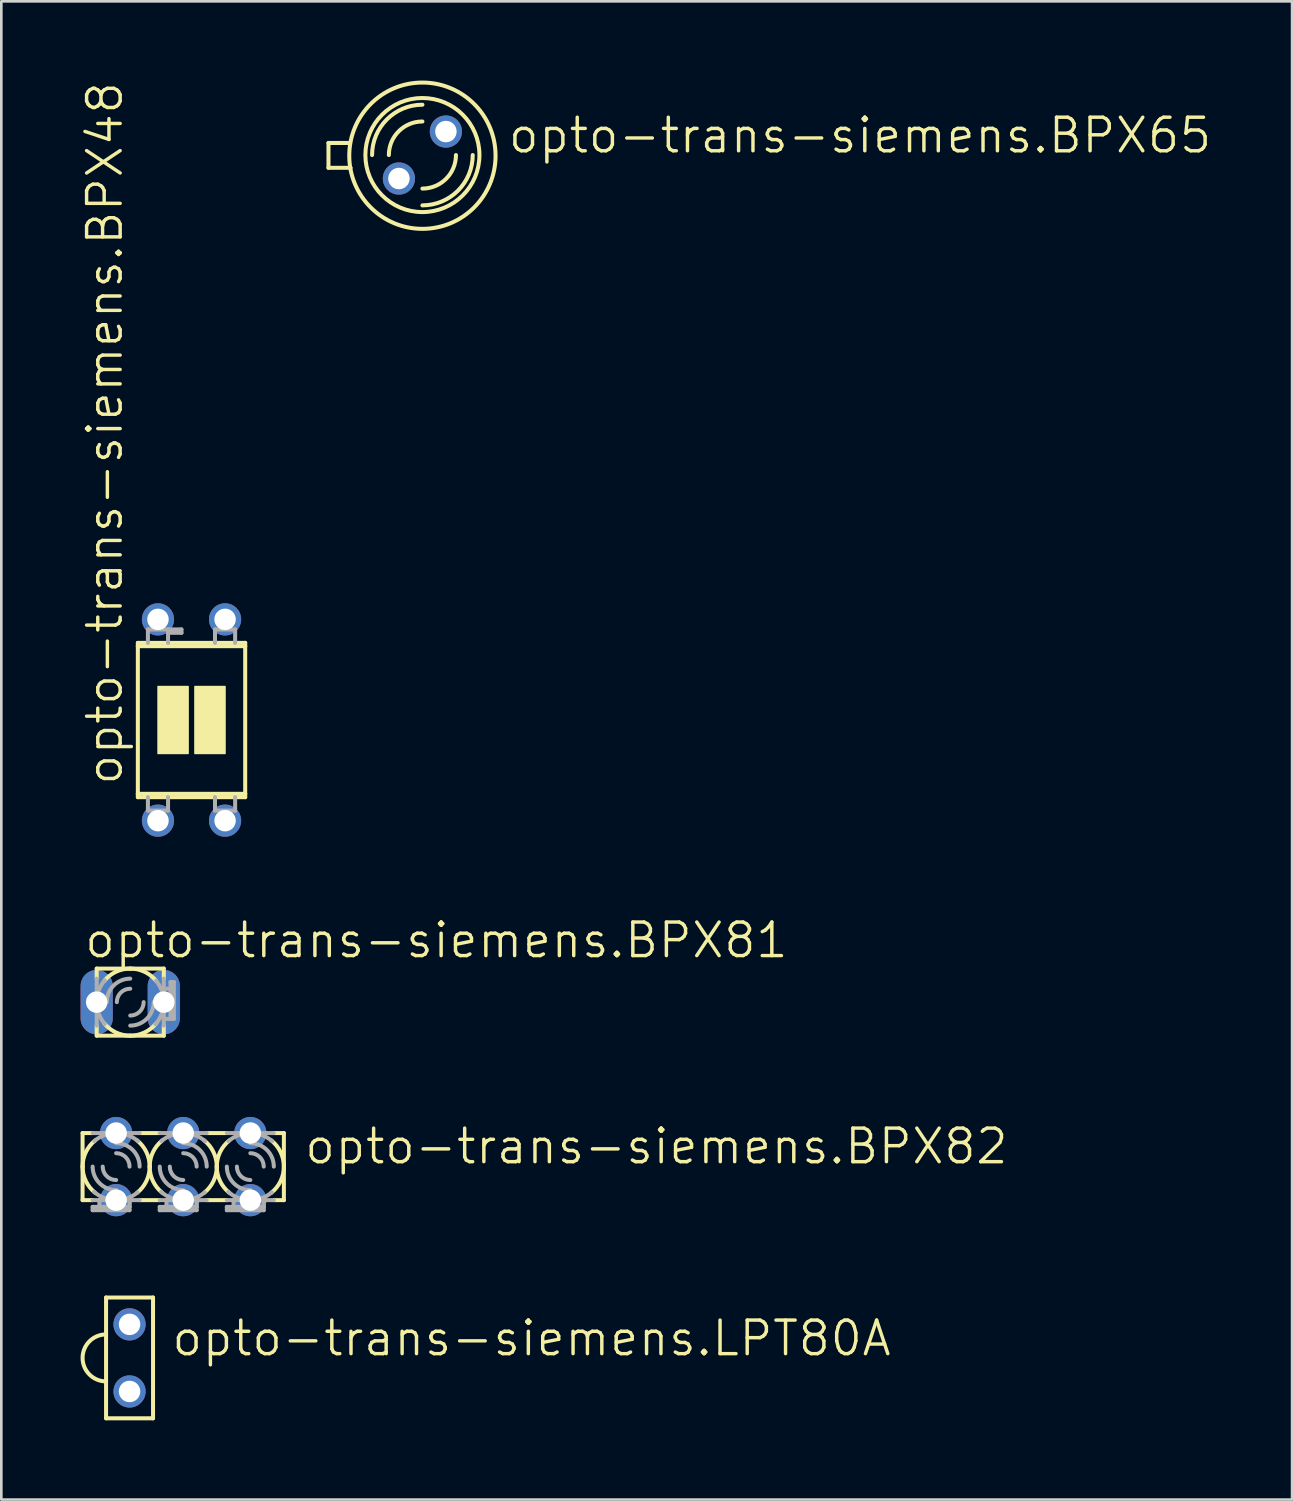
<source format=kicad_pcb>
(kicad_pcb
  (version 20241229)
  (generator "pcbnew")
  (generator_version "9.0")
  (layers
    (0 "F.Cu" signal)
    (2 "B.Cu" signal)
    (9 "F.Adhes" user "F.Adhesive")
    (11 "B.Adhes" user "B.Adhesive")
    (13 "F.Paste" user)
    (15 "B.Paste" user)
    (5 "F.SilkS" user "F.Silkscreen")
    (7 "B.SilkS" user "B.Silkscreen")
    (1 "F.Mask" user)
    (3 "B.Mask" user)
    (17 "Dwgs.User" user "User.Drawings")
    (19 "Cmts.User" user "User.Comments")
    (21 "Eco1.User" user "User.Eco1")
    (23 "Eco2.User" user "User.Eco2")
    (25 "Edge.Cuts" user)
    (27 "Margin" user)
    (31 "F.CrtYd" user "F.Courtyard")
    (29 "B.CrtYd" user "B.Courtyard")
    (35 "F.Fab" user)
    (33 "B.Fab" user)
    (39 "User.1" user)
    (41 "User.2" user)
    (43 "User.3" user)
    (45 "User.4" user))
  (footprint "opto-trans-siemens.BPX65"
    (layer "F.Cu")
    (at 12.94 2.819)
    (property "Reference" "opto-trans-siemens.BPX65" (at 3.175 0 0) (layer "F.SilkS") (effects (font (size 1.27 1.27) (thickness 0.13)) (justify left bottom)))
    (attr through_hole)
    (fp_line (start -3.556 -0.457) (end -3.556 0.483) (stroke (width 0.152) (type default)) (layer "F.SilkS"))
    (fp_line (start -3.556 0.483) (end -2.718 0.483) (stroke (width 0.152) (type default)) (layer "F.SilkS"))
    (fp_line (start -2.743 -0.457) (end -3.556 -0.457) (stroke (width 0.152) (type default)) (layer "F.SilkS"))
    (fp_arc (start -1.905 0) (mid -1.347038 -1.347038) (end 0 -1.905) (stroke (width 0.1524) (type default)) (layer "F.SilkS"))
    (fp_arc (start -1.27 0) (mid -0.898026 -0.898026) (end 0 -1.27) (stroke (width 0.1524) (type default)) (layer "F.SilkS"))
    (fp_arc (start 1.27 0) (mid 0.898026 0.898026) (end 0 1.27) (stroke (width 0.1524) (type default)) (layer "F.SilkS"))
    (fp_arc (start 1.905 0) (mid 1.347038 1.347038) (end 0 1.905) (stroke (width 0.1524) (type default)) (layer "F.SilkS"))
    (fp_circle (center 0 0) (end 2.159 0) (stroke (width 0.152) (type default)) (fill no) (layer "F.SilkS"))
    (fp_circle (center 0 0.025) (end 2.769 0.025) (stroke (width 0.152) (type default)) (fill no) (layer "F.SilkS"))
    (pad "A" thru_hole circle (at -0.889 0.889) (size 1.219 1.219) (drill 0.813) (layers "*.Cu" "*.Mask"))
    (pad "K" thru_hole circle (at 0.889 -0.889) (size 1.219 1.219) (drill 0.813) (layers "*.Cu" "*.Mask")))
  (footprint "opto-trans-siemens.BPX82"
    (layer "F.Cu")
    (at 1.346 41.111)
    (property "Reference" "opto-trans-siemens.BPX82" (at 7.061 -0.025 0) (layer "F.SilkS") (effects (font (size 1.27 1.27) (thickness 0.13)) (justify left bottom)))
    (attr through_hole)
    (fp_line (start -1.27 -1.27) (end -1.27 1.27) (stroke (width 0.152) (type default)) (layer "F.SilkS"))
    (fp_line (start -1.27 -1.27) (end -0.889 -1.27) (stroke (width 0.152) (type default)) (layer "F.SilkS"))
    (fp_line (start -1.27 1.27) (end -0.889 1.27) (stroke (width 0.152) (type default)) (layer "F.SilkS"))
    (fp_line (start 0.889 -1.27) (end 1.651 -1.27) (stroke (width 0.152) (type default)) (layer "F.SilkS"))
    (fp_line (start 0.889 1.27) (end 1.651 1.27) (stroke (width 0.152) (type default)) (layer "F.SilkS"))
    (fp_line (start 3.429 -1.27) (end 4.191 -1.27) (stroke (width 0.152) (type default)) (layer "F.SilkS"))
    (fp_line (start 3.429 1.27) (end 4.191 1.27) (stroke (width 0.152) (type default)) (layer "F.SilkS"))
    (fp_line (start 6.35 -1.27) (end 5.969 -1.27) (stroke (width 0.152) (type default)) (layer "F.SilkS"))
    (fp_line (start 6.35 1.27) (end 5.969 1.27) (stroke (width 0.152) (type default)) (layer "F.SilkS"))
    (fp_line (start 6.35 1.27) (end 6.35 -1.27) (stroke (width 0.152) (type default)) (layer "F.SilkS"))
    (fp_arc (start -1.27 0) (mid -1.144671 -0.550143) (end -0.7934 -0.9917) (stroke (width 0.1524) (type default)) (layer "F.SilkS"))
    (fp_arc (start -0.7934 0.9917) (mid -1.144671 0.550143) (end -1.27 0) (stroke (width 0.1524) (type default)) (layer "F.SilkS"))
    (fp_arc (start 0.7934 -0.9917) (mid 1.144671 -0.550143) (end 1.27 0) (stroke (width 0.1524) (type default)) (layer "F.SilkS"))
    (fp_arc (start 1.27 0) (mid 1.144671 0.550143) (end 0.7934 0.9917) (stroke (width 0.1524) (type default)) (layer "F.SilkS"))
    (fp_arc (start 1.27 0) (mid 1.395329 -0.550143) (end 1.7466 -0.9917) (stroke (width 0.1524) (type default)) (layer "F.SilkS"))
    (fp_arc (start 1.7466 0.9917) (mid 1.395329 0.550143) (end 1.27 0) (stroke (width 0.1524) (type default)) (layer "F.SilkS"))
    (fp_arc (start 3.3334 -0.9917) (mid 3.684671 -0.550143) (end 3.81 0) (stroke (width 0.1524) (type default)) (layer "F.SilkS"))
    (fp_arc (start 3.81 0) (mid 3.684671 0.550143) (end 3.3334 0.9917) (stroke (width 0.1524) (type default)) (layer "F.SilkS"))
    (fp_arc (start 3.81 0) (mid 3.935329 -0.550143) (end 4.2866 -0.9917) (stroke (width 0.1524) (type default)) (layer "F.SilkS"))
    (fp_arc (start 4.2866 0.9917) (mid 3.935329 0.550143) (end 3.81 0) (stroke (width 0.1524) (type default)) (layer "F.SilkS"))
    (fp_arc (start 5.8734 -0.9917) (mid 6.224671 -0.550143) (end 6.35 0) (stroke (width 0.1524) (type default)) (layer "F.SilkS"))
    (fp_arc (start 6.35 0) (mid 6.224671 0.550143) (end 5.8734 0.9917) (stroke (width 0.1524) (type default)) (layer "F.SilkS"))
    (fp_line (start -0.889 -1.27) (end 0.889 -1.27) (stroke (width 0.152) (type default)) (layer "F.Fab"))
    (fp_line (start -0.889 1.524) (end -0.889 1.651) (stroke (width 0.152) (type default)) (layer "F.Fab"))
    (fp_line (start -0.889 1.651) (end 0.508 1.651) (stroke (width 0.152) (type default)) (layer "F.Fab"))
    (fp_line (start -0.635 1.27) (end -0.889 1.27) (stroke (width 0.152) (type default)) (layer "F.Fab"))
    (fp_line (start -0.635 1.27) (end -0.635 1.524) (stroke (width 0.152) (type default)) (layer "F.Fab"))
    (fp_line (start -0.635 1.524) (end -0.889 1.524) (stroke (width 0.152) (type default)) (layer "F.Fab"))
    (fp_line (start 0.508 1.27) (end -0.635 1.27) (stroke (width 0.152) (type default)) (layer "F.Fab"))
    (fp_line (start 0.508 1.524) (end -0.635 1.524) (stroke (width 0.152) (type default)) (layer "F.Fab"))
    (fp_line (start 0.508 1.524) (end 0.508 1.27) (stroke (width 0.152) (type default)) (layer "F.Fab"))
    (fp_line (start 0.508 1.651) (end 0.508 1.524) (stroke (width 0.152) (type default)) (layer "F.Fab"))
    (fp_line (start 0.889 1.27) (end 0.508 1.27) (stroke (width 0.152) (type default)) (layer "F.Fab"))
    (fp_line (start 1.651 -1.27) (end 3.429 -1.27) (stroke (width 0.152) (type default)) (layer "F.Fab"))
    (fp_line (start 1.651 1.524) (end 1.651 1.651) (stroke (width 0.152) (type default)) (layer "F.Fab"))
    (fp_line (start 1.651 1.651) (end 3.048 1.651) (stroke (width 0.152) (type default)) (layer "F.Fab"))
    (fp_line (start 1.905 1.27) (end 1.651 1.27) (stroke (width 0.152) (type default)) (layer "F.Fab"))
    (fp_line (start 1.905 1.27) (end 1.905 1.524) (stroke (width 0.152) (type default)) (layer "F.Fab"))
    (fp_line (start 1.905 1.524) (end 1.651 1.524) (stroke (width 0.152) (type default)) (layer "F.Fab"))
    (fp_line (start 3.048 1.27) (end 1.905 1.27) (stroke (width 0.152) (type default)) (layer "F.Fab"))
    (fp_line (start 3.048 1.524) (end 1.905 1.524) (stroke (width 0.152) (type default)) (layer "F.Fab"))
    (fp_line (start 3.048 1.524) (end 3.048 1.27) (stroke (width 0.152) (type default)) (layer "F.Fab"))
    (fp_line (start 3.048 1.651) (end 3.048 1.524) (stroke (width 0.152) (type default)) (layer "F.Fab"))
    (fp_line (start 3.429 1.27) (end 3.048 1.27) (stroke (width 0.152) (type default)) (layer "F.Fab"))
    (fp_line (start 4.191 -1.27) (end 5.969 -1.27) (stroke (width 0.152) (type default)) (layer "F.Fab"))
    (fp_line (start 4.191 1.524) (end 4.191 1.651) (stroke (width 0.152) (type default)) (layer "F.Fab"))
    (fp_line (start 4.191 1.651) (end 5.588 1.651) (stroke (width 0.152) (type default)) (layer "F.Fab"))
    (fp_line (start 4.445 1.27) (end 4.191 1.27) (stroke (width 0.152) (type default)) (layer "F.Fab"))
    (fp_line (start 4.445 1.27) (end 4.445 1.524) (stroke (width 0.152) (type default)) (layer "F.Fab"))
    (fp_line (start 4.445 1.524) (end 4.191 1.524) (stroke (width 0.152) (type default)) (layer "F.Fab"))
    (fp_line (start 5.588 1.27) (end 4.445 1.27) (stroke (width 0.152) (type default)) (layer "F.Fab"))
    (fp_line (start 5.588 1.524) (end 4.445 1.524) (stroke (width 0.152) (type default)) (layer "F.Fab"))
    (fp_line (start 5.588 1.524) (end 5.588 1.27) (stroke (width 0.152) (type default)) (layer "F.Fab"))
    (fp_line (start 5.588 1.651) (end 5.588 1.524) (stroke (width 0.152) (type default)) (layer "F.Fab"))
    (fp_line (start 5.969 1.27) (end 5.588 1.27) (stroke (width 0.152) (type default)) (layer "F.Fab"))
    (fp_arc (start -0.8265 -0.9643) (mid -0.440615 -1.191134) (end 0 -1.27) (stroke (width 0.1524) (type default)) (layer "F.Fab"))
    (fp_arc (start 0 -1.27) (mid 0.440615 -1.191134) (end 0.8265 -0.9643) (stroke (width 0.1524) (type default)) (layer "F.Fab"))
    (fp_arc (start 0 -0.889) (mid 0.628618 -0.628618) (end 0.889 0) (stroke (width 0.1524) (type default)) (layer "F.Fab"))
    (fp_arc (start 0 -0.508) (mid 0.35921 -0.35921) (end 0.508 0) (stroke (width 0.1524) (type default)) (layer "F.Fab"))
    (fp_arc (start 0 0.508) (mid -0.35921 0.35921) (end -0.508 0) (stroke (width 0.1524) (type default)) (layer "F.Fab"))
    (fp_arc (start 0 0.889) (mid -0.628618 0.628618) (end -0.889 0) (stroke (width 0.1524) (type default)) (layer "F.Fab"))
    (fp_arc (start 0 1.27) (mid -0.44669 1.188863) (end -0.8363 0.9558) (stroke (width 0.1524) (type default)) (layer "F.Fab"))
    (fp_arc (start 0.813 0.9756) (mid 0.432326 1.19412) (end 0 1.27) (stroke (width 0.1524) (type default)) (layer "F.Fab"))
    (fp_arc (start 1.7135 -0.9643) (mid 2.099385 -1.191134) (end 2.54 -1.27) (stroke (width 0.1524) (type default)) (layer "F.Fab"))
    (fp_arc (start 2.54 -1.27) (mid 2.980615 -1.191134) (end 3.3665 -0.9643) (stroke (width 0.1524) (type default)) (layer "F.Fab"))
    (fp_arc (start 2.54 -0.889) (mid 3.168618 -0.628618) (end 3.429 0) (stroke (width 0.1524) (type default)) (layer "F.Fab"))
    (fp_arc (start 2.54 -0.508) (mid 2.89921 -0.35921) (end 3.048 0) (stroke (width 0.1524) (type default)) (layer "F.Fab"))
    (fp_arc (start 2.54 0.508) (mid 2.18079 0.35921) (end 2.032 0) (stroke (width 0.1524) (type default)) (layer "F.Fab"))
    (fp_arc (start 2.54 0.889) (mid 1.911382 0.628618) (end 1.651 0) (stroke (width 0.1524) (type default)) (layer "F.Fab"))
    (fp_arc (start 2.54 1.27) (mid 2.09331 1.188863) (end 1.7037 0.9558) (stroke (width 0.1524) (type default)) (layer "F.Fab"))
    (fp_arc (start 3.353 0.9756) (mid 2.972326 1.19412) (end 2.54 1.27) (stroke (width 0.1524) (type default)) (layer "F.Fab"))
    (fp_arc (start 4.2535 -0.9643) (mid 4.639385 -1.191134) (end 5.08 -1.27) (stroke (width 0.1524) (type default)) (layer "F.Fab"))
    (fp_arc (start 5.08 -1.27) (mid 5.520615 -1.191134) (end 5.9065 -0.9643) (stroke (width 0.1524) (type default)) (layer "F.Fab"))
    (fp_arc (start 5.08 -0.889) (mid 5.708618 -0.628618) (end 5.969 0) (stroke (width 0.1524) (type default)) (layer "F.Fab"))
    (fp_arc (start 5.08 -0.508) (mid 5.43921 -0.35921) (end 5.588 0) (stroke (width 0.1524) (type default)) (layer "F.Fab"))
    (fp_arc (start 5.08 0.508) (mid 4.72079 0.35921) (end 4.572 0) (stroke (width 0.1524) (type default)) (layer "F.Fab"))
    (fp_arc (start 5.08 0.889) (mid 4.451382 0.628618) (end 4.191 0) (stroke (width 0.1524) (type default)) (layer "F.Fab"))
    (fp_arc (start 5.08 1.27) (mid 4.63331 1.188863) (end 4.2437 0.9558) (stroke (width 0.1524) (type default)) (layer "F.Fab"))
    (fp_arc (start 5.893 0.9756) (mid 5.512326 1.19412) (end 5.08 1.27) (stroke (width 0.1524) (type default)) (layer "F.Fab"))
    (pad "C1" thru_hole circle (at 0 1.27) (size 1.219 1.219) (drill 0.813) (layers "*.Cu" "*.Mask"))
    (pad "C2" thru_hole circle (at 2.54 1.27) (size 1.219 1.219) (drill 0.813) (layers "*.Cu" "*.Mask"))
    (pad "C3" thru_hole circle (at 5.08 1.27) (size 1.219 1.219) (drill 0.813) (layers "*.Cu" "*.Mask"))
    (pad "E1" thru_hole circle (at 0 -1.27) (size 1.219 1.219) (drill 0.813) (layers "*.Cu" "*.Mask"))
    (pad "E2" thru_hole circle (at 2.54 -1.27) (size 1.219 1.219) (drill 0.813) (layers "*.Cu" "*.Mask"))
    (pad "E3" thru_hole circle (at 5.08 -1.27) (size 1.219 1.219) (drill 0.813) (layers "*.Cu" "*.Mask")))
  (footprint "opto-trans-siemens.BPX48"
    (layer "F.Cu")
    (at 4.2 24.206)
    (property "Reference" "opto-trans-siemens.BPX48" (at -2.54 2.54 90) (layer "F.SilkS") (effects (font (size 1.27 1.27) (thickness 0.13)) (justify left bottom)))
    (attr through_hole)
    (fp_line (start -2.032 -2.794) (end -2.032 -2.921) (stroke (width 0.152) (type default)) (layer "F.SilkS"))
    (fp_line (start -2.032 -2.794) (end 2.032 -2.794) (stroke (width 0.152) (type default)) (layer "F.SilkS"))
    (fp_line (start -2.032 2.794) (end -2.032 -2.794) (stroke (width 0.152) (type default)) (layer "F.SilkS"))
    (fp_line (start -2.032 2.794) (end 2.032 2.794) (stroke (width 0.152) (type default)) (layer "F.SilkS"))
    (fp_line (start -2.032 2.921) (end -2.032 2.794) (stroke (width 0.152) (type default)) (layer "F.SilkS"))
    (fp_line (start -2.032 2.921) (end 2.032 2.921) (stroke (width 0.152) (type default)) (layer "F.SilkS"))
    (fp_line (start 2.032 -2.921) (end -2.032 -2.921) (stroke (width 0.152) (type default)) (layer "F.SilkS"))
    (fp_line (start 2.032 -2.921) (end 2.032 -2.794) (stroke (width 0.152) (type default)) (layer "F.SilkS"))
    (fp_line (start 2.032 -2.794) (end 2.032 2.794) (stroke (width 0.152) (type default)) (layer "F.SilkS"))
    (fp_line (start 2.032 2.794) (end 2.032 2.921) (stroke (width 0.152) (type default)) (layer "F.SilkS"))
    (fp_rect (start -1.27 1.27) (end -0.127 -1.27) (stroke (width 0.05) (type default)) (fill yes) (layer "F.SilkS"))
    (fp_rect (start 0.127 1.27) (end 1.27 -1.27) (stroke (width 0.05) (type default)) (fill yes) (layer "F.SilkS"))
    (fp_line (start -1.651 -3.429) (end -1.651 -2.921) (stroke (width 0.152) (type default)) (layer "F.Fab"))
    (fp_line (start -1.651 -3.429) (end -0.889 -3.429) (stroke (width 0.152) (type default)) (layer "F.Fab"))
    (fp_line (start -1.651 3.429) (end -1.651 2.921) (stroke (width 0.152) (type default)) (layer "F.Fab"))
    (fp_line (start -1.651 3.429) (end -0.889 3.429) (stroke (width 0.152) (type default)) (layer "F.Fab"))
    (fp_line (start -0.889 -3.302) (end -0.889 -3.429) (stroke (width 0.152) (type default)) (layer "F.Fab"))
    (fp_line (start -0.889 -2.921) (end -0.889 -3.302) (stroke (width 0.152) (type default)) (layer "F.Fab"))
    (fp_line (start -0.889 2.921) (end -0.889 3.429) (stroke (width 0.152) (type default)) (layer "F.Fab"))
    (fp_line (start -0.381 -3.429) (end -0.889 -3.429) (stroke (width 0.152) (type default)) (layer "F.Fab"))
    (fp_line (start -0.381 -3.302) (end -0.889 -3.302) (stroke (width 0.152) (type default)) (layer "F.Fab"))
    (fp_line (start -0.381 -3.302) (end -0.381 -3.429) (stroke (width 0.152) (type default)) (layer "F.Fab"))
    (fp_line (start 0.889 -3.429) (end 1.651 -3.429) (stroke (width 0.152) (type default)) (layer "F.Fab"))
    (fp_line (start 0.889 -2.921) (end 0.889 -3.429) (stroke (width 0.152) (type default)) (layer "F.Fab"))
    (fp_line (start 0.889 3.429) (end 0.889 2.921) (stroke (width 0.152) (type default)) (layer "F.Fab"))
    (fp_line (start 0.889 3.429) (end 1.651 3.429) (stroke (width 0.152) (type default)) (layer "F.Fab"))
    (fp_line (start 1.651 -3.429) (end 1.651 -2.921) (stroke (width 0.152) (type default)) (layer "F.Fab"))
    (fp_line (start 1.651 2.921) (end 1.651 3.429) (stroke (width 0.152) (type default)) (layer "F.Fab"))
    (pad "3" thru_hole circle (at 1.27 -3.81) (size 1.219 1.219) (drill 0.813) (layers "*.Cu" "*.Mask"))
    (pad "A1" thru_hole circle (at -1.27 3.81) (size 1.219 1.219) (drill 0.813) (layers "*.Cu" "*.Mask"))
    (pad "A2" thru_hole circle (at 1.27 3.81) (size 1.219 1.219) (drill 0.813) (layers "*.Cu" "*.Mask"))
    (pad "K" thru_hole circle (at -1.27 -3.81) (size 1.219 1.219) (drill 0.813) (layers "*.Cu" "*.Mask")))
  (footprint "opto-trans-siemens.BPX81"
    (layer "F.Cu")
    (at 1.88 34.885)
    (property "Reference" "opto-trans-siemens.BPX81" (at -1.803 -1.6 0) (layer "F.SilkS") (effects (font (size 1.27 1.27) (thickness 0.13)) (justify left bottom)))
    (attr through_hole)
    (fp_line (start -1.27 -1.27) (end -1.27 -0.889) (stroke (width 0.152) (type default)) (layer "F.SilkS"))
    (fp_line (start -1.27 1.27) (end -1.27 0.889) (stroke (width 0.152) (type default)) (layer "F.SilkS"))
    (fp_line (start -1.27 1.27) (end 1.27 1.27) (stroke (width 0.152) (type default)) (layer "F.SilkS"))
    (fp_line (start 1.27 -1.27) (end -1.27 -1.27) (stroke (width 0.152) (type default)) (layer "F.SilkS"))
    (fp_line (start 1.27 -1.27) (end 1.27 -0.889) (stroke (width 0.152) (type default)) (layer "F.SilkS"))
    (fp_line (start 1.27 1.27) (end 1.27 0.889) (stroke (width 0.152) (type default)) (layer "F.SilkS"))
    (fp_arc (start -0.9917 -0.7934) (mid -0.550143 -1.144671) (end 0 -1.27) (stroke (width 0.1524) (type default)) (layer "F.SilkS"))
    (fp_arc (start 0 -1.27) (mid 0.550143 -1.144671) (end 0.9917 -0.7934) (stroke (width 0.1524) (type default)) (layer "F.SilkS"))
    (fp_arc (start 0 1.27) (mid -0.550143 1.144671) (end -0.9917 0.7934) (stroke (width 0.1524) (type default)) (layer "F.SilkS"))
    (fp_arc (start 0.9917 0.7934) (mid 0.550143 1.144671) (end 0 1.27) (stroke (width 0.1524) (type default)) (layer "F.SilkS"))
    (fp_line (start -1.27 0.889) (end -1.27 -0.889) (stroke (width 0.152) (type default)) (layer "F.Fab"))
    (fp_line (start 1.27 -0.889) (end 1.27 -0.508) (stroke (width 0.152) (type default)) (layer "F.Fab"))
    (fp_line (start 1.27 -0.508) (end 1.27 0.635) (stroke (width 0.152) (type default)) (layer "F.Fab"))
    (fp_line (start 1.27 0.635) (end 1.27 0.889) (stroke (width 0.152) (type default)) (layer "F.Fab"))
    (fp_line (start 1.27 0.635) (end 1.524 0.635) (stroke (width 0.152) (type default)) (layer "F.Fab"))
    (fp_line (start 1.524 -0.762) (end 1.524 -0.508) (stroke (width 0.152) (type default)) (layer "F.Fab"))
    (fp_line (start 1.524 -0.508) (end 1.27 -0.508) (stroke (width 0.152) (type default)) (layer "F.Fab"))
    (fp_line (start 1.524 -0.508) (end 1.524 0.635) (stroke (width 0.152) (type default)) (layer "F.Fab"))
    (fp_line (start 1.524 0.635) (end 1.651 0.635) (stroke (width 0.152) (type default)) (layer "F.Fab"))
    (fp_line (start 1.651 -0.762) (end 1.524 -0.762) (stroke (width 0.152) (type default)) (layer "F.Fab"))
    (fp_line (start 1.651 0.635) (end 1.651 -0.762) (stroke (width 0.152) (type default)) (layer "F.Fab"))
    (fp_arc (start -1.27 0) (mid -1.191134 -0.440615) (end -0.9643 -0.8265) (stroke (width 0.1524) (type default)) (layer "F.Fab"))
    (fp_arc (start -0.9643 0.8265) (mid -1.191134 0.440615) (end -1.27 0) (stroke (width 0.1524) (type default)) (layer "F.Fab"))
    (fp_arc (start -0.889 0) (mid -0.628618 -0.628618) (end 0 -0.889) (stroke (width 0.1524) (type default)) (layer "F.Fab"))
    (fp_arc (start -0.508 0) (mid -0.35921 -0.35921) (end 0 -0.508) (stroke (width 0.1524) (type default)) (layer "F.Fab"))
    (fp_arc (start 0.508 0) (mid 0.35921 0.35921) (end 0 0.508) (stroke (width 0.1524) (type default)) (layer "F.Fab"))
    (fp_arc (start 0.889 0) (mid 0.628618 0.628618) (end 0 0.889) (stroke (width 0.1524) (type default)) (layer "F.Fab"))
    (fp_arc (start 0.9756 -0.813) (mid 1.194073 -0.432318) (end 1.2699 0) (stroke (width 0.1524) (type default)) (layer "F.Fab"))
    (fp_arc (start 1.27 0) (mid 1.188863 0.44669) (end 0.9558 0.8363) (stroke (width 0.1524) (type default)) (layer "F.Fab"))
    (pad "C" thru_hole oval (at 1.27 0 90) (size 2.438 1.219) (drill 0.813) (layers "*.Cu" "*.Mask"))
    (pad "E" thru_hole oval (at -1.27 0 90) (size 2.438 1.219) (drill 0.813) (layers "*.Cu" "*.Mask")))
  (footprint "opto-trans-siemens.LPT80A"
    (layer "F.Cu")
    (at 1.854 48.353)
    (property "Reference" "opto-trans-siemens.LPT80A" (at 1.524 0 0) (layer "F.SilkS") (effects (font (size 1.27 1.27) (thickness 0.13)) (justify left bottom)))
    (attr through_hole)
    (fp_line (start -0.889 2.286) (end -0.889 -2.286) (stroke (width 0.152) (type default)) (layer "F.SilkS"))
    (fp_line (start -0.889 2.286) (end 0.889 2.286) (stroke (width 0.152) (type default)) (layer "F.SilkS"))
    (fp_line (start 0.889 -2.286) (end -0.889 -2.286) (stroke (width 0.152) (type default)) (layer "F.SilkS"))
    (fp_line (start 0.889 -2.286) (end 0.889 2.286) (stroke (width 0.152) (type default)) (layer "F.SilkS"))
    (fp_arc (start -0.889 0.889) (mid -1.778 0) (end -0.889 -0.889) (stroke (width 0.1524) (type default)) (layer "F.SilkS"))
    (pad "C" thru_hole circle (at 0 1.27) (size 1.219 1.219) (drill 0.813) (layers "*.Cu" "*.Mask"))
    (pad "E" thru_hole circle (at 0 -1.27) (size 1.219 1.219) (drill 0.813) (layers "*.Cu" "*.Mask")))
  (gr_rect
    (start -3 -3)
    (end 45.861 53.715)
    (stroke (width 0.1) (type default))
    (fill no)
    (layer "Edge.Cuts")))
</source>
